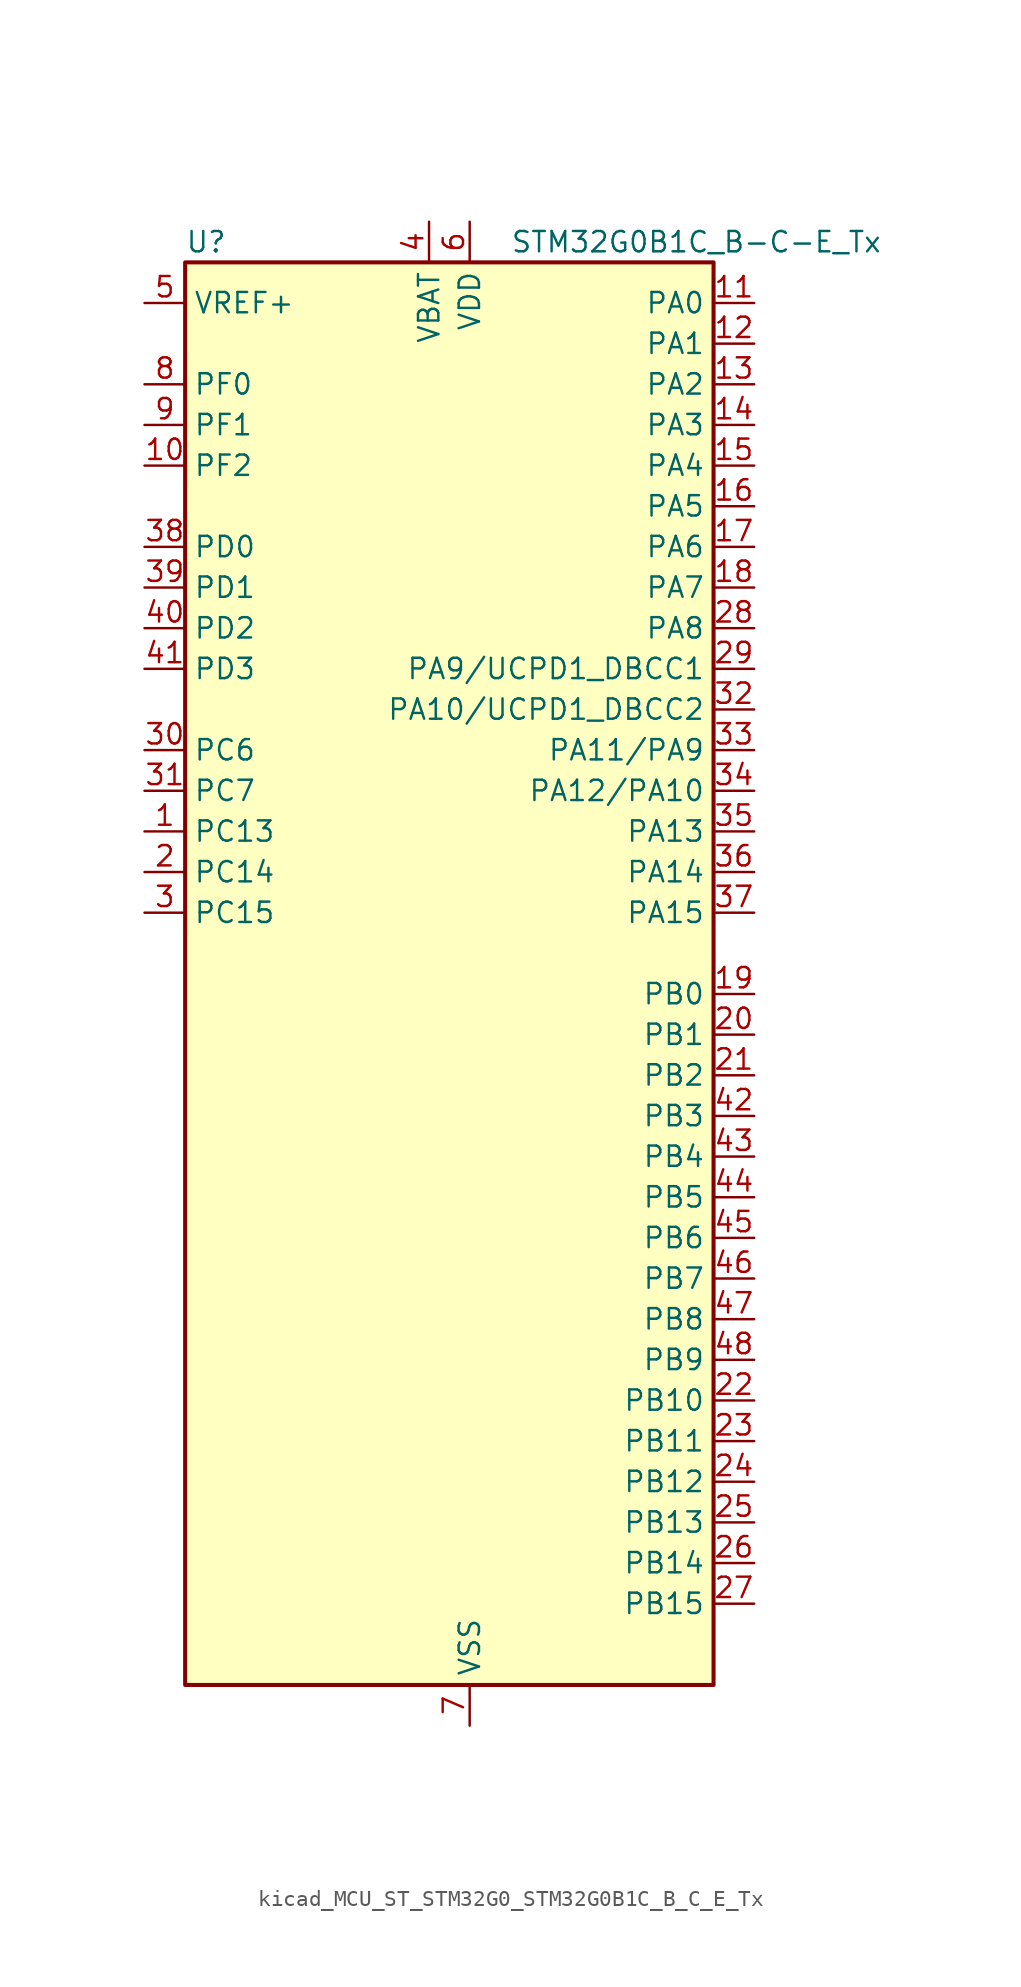
<source format=kicad_sym>
(kicad_symbol_lib
  (version 20220914)
  (generator kicad_symbol_editor)
  (symbol "kicad_MCU_ST_STM32G0_STM32G0B1C_B_C_E_Tx"
    (property "Reference" "U"
      (at -15.24 46.99 0)
      (effects (font (size 1.27 1.27)) (justify left)))
    (property "Value" "STM32G0B1C_B-C-E_Tx"
      (at 5.08 46.99 0)
      (effects (font (size 1.27 1.27)) (justify left)))
    (property "ki_locked" ""
      (at 0 0 0)
      (effects (font (size 1.27 1.27))))
    (symbol "kicad_MCU_ST_STM32G0_STM32G0B1C_B_C_E_Tx_0_1"
      (rectangle (start -15.24 -43.18) (end 17.78 45.72) (stroke (width 0.254) (type default)) (fill (type background))))
    (symbol "kicad_MCU_ST_STM32G0_STM32G0B1C_B_C_E_Tx_1_1"
      (pin bidirectional line (at -17.78 10.16 0) (length 2.54) (name "PC13" (effects (font (size 1.27 1.27)))) (number "1" (effects (font (size 1.27 1.27)))) (alternate "RTC_OUT1" bidirectional line) (alternate "RTC_TAMP_IN1" bidirectional line) (alternate "RTC_TS" bidirectional line) (alternate "SYS_WKUP2" bidirectional line) (alternate "TIM1_BK" bidirectional line))
      (pin bidirectional line (at -17.78 33.02 0) (length 2.54) (name "PF2" (effects (font (size 1.27 1.27)))) (number "10" (effects (font (size 1.27 1.27)))) (alternate "LPUART2_DE" bidirectional line) (alternate "LPUART2_RTS" bidirectional line) (alternate "LPUART2_TX" bidirectional line) (alternate "RCC_MCO" bidirectional line))
      (pin bidirectional line (at 20.32 43.18 180) (length 2.54) (name "PA0" (effects (font (size 1.27 1.27)))) (number "11" (effects (font (size 1.27 1.27)))) (alternate "ADC1_IN0" bidirectional line) (alternate "COMP1_INM" bidirectional line) (alternate "COMP1_OUT" bidirectional line) (alternate "I2S2_CK" bidirectional line) (alternate "LPTIM1_OUT" bidirectional line) (alternate "RTC_TAMP_IN2" bidirectional line) (alternate "SPI2_SCK" bidirectional line) (alternate "SYS_WKUP1" bidirectional line) (alternate "TIM2_CH1" bidirectional line) (alternate "TIM2_ETR" bidirectional line) (alternate "UCPD2_FRSTX1" bidirectional line) (alternate "UCPD2_FRSTX2" bidirectional line) (alternate "USART2_CTS" bidirectional line) (alternate "USART2_NSS" bidirectional line) (alternate "USART4_TX" bidirectional line))
      (pin bidirectional line (at 20.32 40.64 180) (length 2.54) (name "PA1" (effects (font (size 1.27 1.27)))) (number "12" (effects (font (size 1.27 1.27)))) (alternate "ADC1_IN1" bidirectional line) (alternate "COMP1_INP" bidirectional line) (alternate "I2C1_SMBA" bidirectional line) (alternate "I2S1_CK" bidirectional line) (alternate "SPI1_SCK" bidirectional line) (alternate "TIM15_CH1N" bidirectional line) (alternate "TIM2_CH2" bidirectional line) (alternate "USART2_CK" bidirectional line) (alternate "USART2_DE" bidirectional line) (alternate "USART2_RTS" bidirectional line) (alternate "USART4_RX" bidirectional line))
      (pin bidirectional line (at 20.32 38.1 180) (length 2.54) (name "PA2" (effects (font (size 1.27 1.27)))) (number "13" (effects (font (size 1.27 1.27)))) (alternate "ADC1_IN2" bidirectional line) (alternate "COMP2_INM" bidirectional line) (alternate "COMP2_OUT" bidirectional line) (alternate "I2S1_SD" bidirectional line) (alternate "LPUART1_TX" bidirectional line) (alternate "RCC_LSCO" bidirectional line) (alternate "SPI1_MOSI" bidirectional line) (alternate "SYS_WKUP4" bidirectional line) (alternate "TIM15_CH1" bidirectional line) (alternate "TIM2_CH3" bidirectional line) (alternate "UCPD1_FRSTX1" bidirectional line) (alternate "UCPD1_FRSTX2" bidirectional line) (alternate "USART2_TX" bidirectional line))
      (pin bidirectional line (at 20.32 35.56 180) (length 2.54) (name "PA3" (effects (font (size 1.27 1.27)))) (number "14" (effects (font (size 1.27 1.27)))) (alternate "ADC1_IN3" bidirectional line) (alternate "COMP2_INP" bidirectional line) (alternate "I2S2_MCK" bidirectional line) (alternate "LPUART1_RX" bidirectional line) (alternate "SPI2_MISO" bidirectional line) (alternate "TIM15_CH2" bidirectional line) (alternate "TIM2_CH4" bidirectional line) (alternate "UCPD2_FRSTX1" bidirectional line) (alternate "UCPD2_FRSTX2" bidirectional line) (alternate "USART2_RX" bidirectional line))
      (pin bidirectional line (at 20.32 33.02 180) (length 2.54) (name "PA4" (effects (font (size 1.27 1.27)))) (number "15" (effects (font (size 1.27 1.27)))) (alternate "ADC1_IN4" bidirectional line) (alternate "DAC1_OUT1" bidirectional line) (alternate "I2S1_WS" bidirectional line) (alternate "I2S2_SD" bidirectional line) (alternate "LPTIM2_OUT" bidirectional line) (alternate "RTC_OUT2" bidirectional line) (alternate "SPI1_NSS" bidirectional line) (alternate "SPI2_MOSI" bidirectional line) (alternate "SPI3_NSS" bidirectional line) (alternate "TIM14_CH1" bidirectional line) (alternate "UCPD2_FRSTX1" bidirectional line) (alternate "UCPD2_FRSTX2" bidirectional line) (alternate "USART6_TX" bidirectional line) (alternate "USB_NOE" bidirectional line))
      (pin bidirectional line (at 20.32 30.48 180) (length 2.54) (name "PA5" (effects (font (size 1.27 1.27)))) (number "16" (effects (font (size 1.27 1.27)))) (alternate "ADC1_IN5" bidirectional line) (alternate "CEC" bidirectional line) (alternate "DAC1_OUT2" bidirectional line) (alternate "I2S1_CK" bidirectional line) (alternate "LPTIM2_ETR" bidirectional line) (alternate "SPI1_SCK" bidirectional line) (alternate "TIM2_CH1" bidirectional line) (alternate "TIM2_ETR" bidirectional line) (alternate "UCPD1_FRSTX1" bidirectional line) (alternate "UCPD1_FRSTX2" bidirectional line) (alternate "USART3_TX" bidirectional line) (alternate "USART6_RX" bidirectional line))
      (pin bidirectional line (at 20.32 27.94 180) (length 2.54) (name "PA6" (effects (font (size 1.27 1.27)))) (number "17" (effects (font (size 1.27 1.27)))) (alternate "ADC1_IN6" bidirectional line) (alternate "COMP1_OUT" bidirectional line) (alternate "I2C2_SDA" bidirectional line) (alternate "I2C3_SDA" bidirectional line) (alternate "I2S1_MCK" bidirectional line) (alternate "LPUART1_CTS" bidirectional line) (alternate "SPI1_MISO" bidirectional line) (alternate "TIM16_CH1" bidirectional line) (alternate "TIM1_BK" bidirectional line) (alternate "TIM3_CH1" bidirectional line) (alternate "USART3_CTS" bidirectional line) (alternate "USART3_NSS" bidirectional line) (alternate "USART6_CTS" bidirectional line) (alternate "USART6_NSS" bidirectional line))
      (pin bidirectional line (at 20.32 25.4 180) (length 2.54) (name "PA7" (effects (font (size 1.27 1.27)))) (number "18" (effects (font (size 1.27 1.27)))) (alternate "ADC1_IN7" bidirectional line) (alternate "COMP2_OUT" bidirectional line) (alternate "I2C2_SCL" bidirectional line) (alternate "I2C3_SCL" bidirectional line) (alternate "I2S1_SD" bidirectional line) (alternate "SPI1_MOSI" bidirectional line) (alternate "TIM14_CH1" bidirectional line) (alternate "TIM17_CH1" bidirectional line) (alternate "TIM1_CH1N" bidirectional line) (alternate "TIM3_CH2" bidirectional line) (alternate "UCPD1_FRSTX1" bidirectional line) (alternate "UCPD1_FRSTX2" bidirectional line) (alternate "USART6_CK" bidirectional line) (alternate "USART6_DE" bidirectional line) (alternate "USART6_RTS" bidirectional line))
      (pin bidirectional line (at 20.32 0 180) (length 2.54) (name "PB0" (effects (font (size 1.27 1.27)))) (number "19" (effects (font (size 1.27 1.27)))) (alternate "ADC1_IN8" bidirectional line) (alternate "COMP1_OUT" bidirectional line) (alternate "COMP3_INP" bidirectional line) (alternate "FDCAN2_RX" bidirectional line) (alternate "I2S1_WS" bidirectional line) (alternate "LPTIM1_OUT" bidirectional line) (alternate "LPUART2_CTS" bidirectional line) (alternate "SPI1_NSS" bidirectional line) (alternate "TIM1_CH2N" bidirectional line) (alternate "TIM3_CH3" bidirectional line) (alternate "UCPD1_FRSTX1" bidirectional line) (alternate "UCPD1_FRSTX2" bidirectional line) (alternate "USART3_RX" bidirectional line) (alternate "USART5_TX" bidirectional line))
      (pin bidirectional line (at -17.78 7.62 0) (length 2.54) (name "PC14" (effects (font (size 1.27 1.27)))) (number "2" (effects (font (size 1.27 1.27)))) (alternate "RCC_OSC32_IN" bidirectional line) (alternate "TIM1_BK2" bidirectional line))
      (pin bidirectional line (at 20.32 -2.54 180) (length 2.54) (name "PB1" (effects (font (size 1.27 1.27)))) (number "20" (effects (font (size 1.27 1.27)))) (alternate "ADC1_IN9" bidirectional line) (alternate "COMP1_INM" bidirectional line) (alternate "COMP3_OUT" bidirectional line) (alternate "FDCAN2_TX" bidirectional line) (alternate "LPTIM2_IN1" bidirectional line) (alternate "LPUART1_DE" bidirectional line) (alternate "LPUART1_RTS" bidirectional line) (alternate "LPUART2_DE" bidirectional line) (alternate "LPUART2_RTS" bidirectional line) (alternate "TIM14_CH1" bidirectional line) (alternate "TIM1_CH3N" bidirectional line) (alternate "TIM3_CH4" bidirectional line) (alternate "USART3_CK" bidirectional line) (alternate "USART3_DE" bidirectional line) (alternate "USART3_RTS" bidirectional line) (alternate "USART5_RX" bidirectional line))
      (pin bidirectional line (at 20.32 -5.08 180) (length 2.54) (name "PB2" (effects (font (size 1.27 1.27)))) (number "21" (effects (font (size 1.27 1.27)))) (alternate "ADC1_IN10" bidirectional line) (alternate "COMP1_INP" bidirectional line) (alternate "COMP3_INM" bidirectional line) (alternate "I2S2_MCK" bidirectional line) (alternate "LPTIM1_OUT" bidirectional line) (alternate "RCC_MCO_2" bidirectional line) (alternate "SPI2_MISO" bidirectional line) (alternate "USART3_TX" bidirectional line))
      (pin bidirectional line (at 20.32 -25.4 180) (length 2.54) (name "PB10" (effects (font (size 1.27 1.27)))) (number "22" (effects (font (size 1.27 1.27)))) (alternate "ADC1_IN11" bidirectional line) (alternate "CEC" bidirectional line) (alternate "COMP1_OUT" bidirectional line) (alternate "I2C2_SCL" bidirectional line) (alternate "I2S2_CK" bidirectional line) (alternate "LPUART1_RX" bidirectional line) (alternate "SPI2_SCK" bidirectional line) (alternate "TIM2_CH3" bidirectional line) (alternate "USART3_TX" bidirectional line))
      (pin bidirectional line (at 20.32 -27.94 180) (length 2.54) (name "PB11" (effects (font (size 1.27 1.27)))) (number "23" (effects (font (size 1.27 1.27)))) (alternate "ADC1_EXTI11" bidirectional line) (alternate "ADC1_IN15" bidirectional line) (alternate "COMP2_OUT" bidirectional line) (alternate "I2C2_SDA" bidirectional line) (alternate "I2S2_SD" bidirectional line) (alternate "LPUART1_TX" bidirectional line) (alternate "SPI2_MOSI" bidirectional line) (alternate "TIM2_CH4" bidirectional line) (alternate "USART3_RX" bidirectional line))
      (pin bidirectional line (at 20.32 -30.48 180) (length 2.54) (name "PB12" (effects (font (size 1.27 1.27)))) (number "24" (effects (font (size 1.27 1.27)))) (alternate "ADC1_IN16" bidirectional line) (alternate "FDCAN2_RX" bidirectional line) (alternate "I2C2_SMBA" bidirectional line) (alternate "I2S2_WS" bidirectional line) (alternate "LPUART1_DE" bidirectional line) (alternate "LPUART1_RTS" bidirectional line) (alternate "SPI2_NSS" bidirectional line) (alternate "TIM15_BK" bidirectional line) (alternate "TIM1_BK" bidirectional line) (alternate "UCPD2_FRSTX1" bidirectional line) (alternate "UCPD2_FRSTX2" bidirectional line))
      (pin bidirectional line (at 20.32 -33.02 180) (length 2.54) (name "PB13" (effects (font (size 1.27 1.27)))) (number "25" (effects (font (size 1.27 1.27)))) (alternate "FDCAN2_TX" bidirectional line) (alternate "I2C2_SCL" bidirectional line) (alternate "I2S2_CK" bidirectional line) (alternate "LPUART1_CTS" bidirectional line) (alternate "SPI2_SCK" bidirectional line) (alternate "TIM15_CH1N" bidirectional line) (alternate "TIM1_CH1N" bidirectional line) (alternate "USART3_CTS" bidirectional line) (alternate "USART3_NSS" bidirectional line))
      (pin bidirectional line (at 20.32 -35.56 180) (length 2.54) (name "PB14" (effects (font (size 1.27 1.27)))) (number "26" (effects (font (size 1.27 1.27)))) (alternate "I2C2_SDA" bidirectional line) (alternate "I2S2_MCK" bidirectional line) (alternate "SPI2_MISO" bidirectional line) (alternate "TIM15_CH1" bidirectional line) (alternate "TIM1_CH2N" bidirectional line) (alternate "UCPD1_FRSTX1" bidirectional line) (alternate "UCPD1_FRSTX2" bidirectional line) (alternate "USART3_CK" bidirectional line) (alternate "USART3_DE" bidirectional line) (alternate "USART3_RTS" bidirectional line) (alternate "USART6_CK" bidirectional line) (alternate "USART6_DE" bidirectional line) (alternate "USART6_RTS" bidirectional line))
      (pin bidirectional line (at 20.32 -38.1 180) (length 2.54) (name "PB15" (effects (font (size 1.27 1.27)))) (number "27" (effects (font (size 1.27 1.27)))) (alternate "I2S2_SD" bidirectional line) (alternate "RTC_REFIN" bidirectional line) (alternate "SPI2_MOSI" bidirectional line) (alternate "TIM15_CH1N" bidirectional line) (alternate "TIM15_CH2" bidirectional line) (alternate "TIM1_CH3N" bidirectional line) (alternate "UCPD1_CC2" bidirectional line) (alternate "USART6_CTS" bidirectional line) (alternate "USART6_NSS" bidirectional line))
      (pin bidirectional line (at 20.32 22.86 180) (length 2.54) (name "PA8" (effects (font (size 1.27 1.27)))) (number "28" (effects (font (size 1.27 1.27)))) (alternate "CRS1_SYNC" bidirectional line) (alternate "I2C2_SMBA" bidirectional line) (alternate "I2S2_WS" bidirectional line) (alternate "LPTIM2_OUT" bidirectional line) (alternate "RCC_MCO" bidirectional line) (alternate "SPI2_NSS" bidirectional line) (alternate "TIM1_CH1" bidirectional line) (alternate "UCPD1_CC1" bidirectional line))
      (pin bidirectional line (at 20.32 20.32 180) (length 2.54) (name "PA9/UCPD1_DBCC1" (effects (font (size 1.27 1.27)))) (number "29" (effects (font (size 1.27 1.27)))) (alternate "DAC1_EXTI9" bidirectional line) (alternate "I2C1_SCL" bidirectional line) (alternate "I2C2_SCL" bidirectional line) (alternate "I2S2_MCK" bidirectional line) (alternate "RCC_MCO" bidirectional line) (alternate "SPI2_MISO" bidirectional line) (alternate "TIM15_BK" bidirectional line) (alternate "TIM1_CH2" bidirectional line) (alternate "UCPD1_DBCC1" bidirectional line) (alternate "USART1_TX" bidirectional line))
      (pin bidirectional line (at -17.78 5.08 0) (length 2.54) (name "PC15" (effects (font (size 1.27 1.27)))) (number "3" (effects (font (size 1.27 1.27)))) (alternate "RCC_OSC32_EN" bidirectional line) (alternate "RCC_OSC32_OUT" bidirectional line) (alternate "RCC_OSC_EN" bidirectional line) (alternate "TIM15_BK" bidirectional line))
      (pin bidirectional line (at -17.78 15.24 0) (length 2.54) (name "PC6" (effects (font (size 1.27 1.27)))) (number "30" (effects (font (size 1.27 1.27)))) (alternate "LPUART2_TX" bidirectional line) (alternate "TIM2_CH3" bidirectional line) (alternate "TIM3_CH1" bidirectional line) (alternate "UCPD1_FRSTX1" bidirectional line) (alternate "UCPD1_FRSTX2" bidirectional line))
      (pin bidirectional line (at -17.78 12.7 0) (length 2.54) (name "PC7" (effects (font (size 1.27 1.27)))) (number "31" (effects (font (size 1.27 1.27)))) (alternate "LPUART2_RX" bidirectional line) (alternate "TIM2_CH4" bidirectional line) (alternate "TIM3_CH2" bidirectional line) (alternate "UCPD2_FRSTX1" bidirectional line) (alternate "UCPD2_FRSTX2" bidirectional line))
      (pin bidirectional line (at 20.32 17.78 180) (length 2.54) (name "PA10/UCPD1_DBCC2" (effects (font (size 1.27 1.27)))) (number "32" (effects (font (size 1.27 1.27)))) (alternate "I2C1_SDA" bidirectional line) (alternate "I2C2_SDA" bidirectional line) (alternate "I2S2_SD" bidirectional line) (alternate "RCC_MCO_2" bidirectional line) (alternate "SPI2_MOSI" bidirectional line) (alternate "TIM17_BK" bidirectional line) (alternate "TIM1_CH3" bidirectional line) (alternate "UCPD1_DBCC2" bidirectional line) (alternate "USART1_RX" bidirectional line))
      (pin bidirectional line (at 20.32 15.24 180) (length 2.54) (name "PA11/PA9" (effects (font (size 1.27 1.27)))) (number "33" (effects (font (size 1.27 1.27)))) (alternate "ADC1_EXTI11" bidirectional line) (alternate "COMP1_OUT" bidirectional line) (alternate "FDCAN1_RX" bidirectional line) (alternate "I2C2_SCL" bidirectional line) (alternate "I2S1_MCK" bidirectional line) (alternate "SPI1_MISO" bidirectional line) (alternate "TIM1_BK2" bidirectional line) (alternate "TIM1_CH4" bidirectional line) (alternate "USART1_CTS" bidirectional line) (alternate "USART1_NSS" bidirectional line) (alternate "USB_DM" bidirectional line))
      (pin bidirectional line (at 20.32 12.7 180) (length 2.54) (name "PA12/PA10" (effects (font (size 1.27 1.27)))) (number "34" (effects (font (size 1.27 1.27)))) (alternate "COMP2_OUT" bidirectional line) (alternate "FDCAN1_TX" bidirectional line) (alternate "I2C2_SDA" bidirectional line) (alternate "I2S1_SD" bidirectional line) (alternate "I2S_CKIN" bidirectional line) (alternate "SPI1_MOSI" bidirectional line) (alternate "TIM1_ETR" bidirectional line) (alternate "USART1_CK" bidirectional line) (alternate "USART1_DE" bidirectional line) (alternate "USART1_RTS" bidirectional line) (alternate "USB_DP" bidirectional line))
      (pin bidirectional line (at 20.32 10.16 180) (length 2.54) (name "PA13" (effects (font (size 1.27 1.27)))) (number "35" (effects (font (size 1.27 1.27)))) (alternate "IR_OUT" bidirectional line) (alternate "LPUART2_RX" bidirectional line) (alternate "SYS_SWDIO" bidirectional line) (alternate "USB_NOE" bidirectional line))
      (pin bidirectional line (at 20.32 7.62 180) (length 2.54) (name "PA14" (effects (font (size 1.27 1.27)))) (number "36" (effects (font (size 1.27 1.27)))) (alternate "LPUART2_TX" bidirectional line) (alternate "SYS_SWCLK" bidirectional line) (alternate "USART2_TX" bidirectional line))
      (pin bidirectional line (at 20.32 5.08 180) (length 2.54) (name "PA15" (effects (font (size 1.27 1.27)))) (number "37" (effects (font (size 1.27 1.27)))) (alternate "I2C2_SMBA" bidirectional line) (alternate "I2S1_WS" bidirectional line) (alternate "RCC_MCO_2" bidirectional line) (alternate "SPI1_NSS" bidirectional line) (alternate "SPI3_NSS" bidirectional line) (alternate "TIM2_CH1" bidirectional line) (alternate "TIM2_ETR" bidirectional line) (alternate "USART2_RX" bidirectional line) (alternate "USART3_CK" bidirectional line) (alternate "USART3_DE" bidirectional line) (alternate "USART3_RTS" bidirectional line) (alternate "USART4_CK" bidirectional line) (alternate "USART4_DE" bidirectional line) (alternate "USART4_RTS" bidirectional line) (alternate "USB_NOE" bidirectional line))
      (pin bidirectional line (at -17.78 27.94 0) (length 2.54) (name "PD0" (effects (font (size 1.27 1.27)))) (number "38" (effects (font (size 1.27 1.27)))) (alternate "FDCAN1_RX" bidirectional line) (alternate "I2S2_WS" bidirectional line) (alternate "SPI2_NSS" bidirectional line) (alternate "TIM16_CH1" bidirectional line) (alternate "UCPD2_CC1" bidirectional line))
      (pin bidirectional line (at -17.78 25.4 0) (length 2.54) (name "PD1" (effects (font (size 1.27 1.27)))) (number "39" (effects (font (size 1.27 1.27)))) (alternate "FDCAN1_TX" bidirectional line) (alternate "I2S2_CK" bidirectional line) (alternate "SPI2_SCK" bidirectional line) (alternate "TIM17_CH1" bidirectional line) (alternate "UCPD2_DBCC1" bidirectional line))
      (pin power_in line (at 0 48.26 270) (length 2.54) (name "VBAT" (effects (font (size 1.27 1.27)))) (number "4" (effects (font (size 1.27 1.27)))))
      (pin bidirectional line (at -17.78 22.86 0) (length 2.54) (name "PD2" (effects (font (size 1.27 1.27)))) (number "40" (effects (font (size 1.27 1.27)))) (alternate "TIM1_CH1N" bidirectional line) (alternate "TIM3_ETR" bidirectional line) (alternate "UCPD2_CC2" bidirectional line) (alternate "USART3_CK" bidirectional line) (alternate "USART3_DE" bidirectional line) (alternate "USART3_RTS" bidirectional line) (alternate "USART5_RX" bidirectional line))
      (pin bidirectional line (at -17.78 20.32 0) (length 2.54) (name "PD3" (effects (font (size 1.27 1.27)))) (number "41" (effects (font (size 1.27 1.27)))) (alternate "I2S2_MCK" bidirectional line) (alternate "SPI2_MISO" bidirectional line) (alternate "TIM1_CH2N" bidirectional line) (alternate "UCPD2_DBCC2" bidirectional line) (alternate "USART2_CTS" bidirectional line) (alternate "USART2_NSS" bidirectional line) (alternate "USART5_TX" bidirectional line))
      (pin bidirectional line (at 20.32 -7.62 180) (length 2.54) (name "PB3" (effects (font (size 1.27 1.27)))) (number "42" (effects (font (size 1.27 1.27)))) (alternate "COMP2_INM" bidirectional line) (alternate "I2C2_SCL" bidirectional line) (alternate "I2C3_SCL" bidirectional line) (alternate "I2S1_CK" bidirectional line) (alternate "SPI1_SCK" bidirectional line) (alternate "SPI3_SCK" bidirectional line) (alternate "TIM1_CH2" bidirectional line) (alternate "TIM2_CH2" bidirectional line) (alternate "USART1_CK" bidirectional line) (alternate "USART1_DE" bidirectional line) (alternate "USART1_RTS" bidirectional line) (alternate "USART5_TX" bidirectional line))
      (pin bidirectional line (at 20.32 -10.16 180) (length 2.54) (name "PB4" (effects (font (size 1.27 1.27)))) (number "43" (effects (font (size 1.27 1.27)))) (alternate "COMP2_INP" bidirectional line) (alternate "I2C2_SDA" bidirectional line) (alternate "I2C3_SDA" bidirectional line) (alternate "I2S1_MCK" bidirectional line) (alternate "SPI1_MISO" bidirectional line) (alternate "SPI3_MISO" bidirectional line) (alternate "TIM17_BK" bidirectional line) (alternate "TIM3_CH1" bidirectional line) (alternate "USART1_CTS" bidirectional line) (alternate "USART1_NSS" bidirectional line) (alternate "USART5_RX" bidirectional line))
      (pin bidirectional line (at 20.32 -12.7 180) (length 2.54) (name "PB5" (effects (font (size 1.27 1.27)))) (number "44" (effects (font (size 1.27 1.27)))) (alternate "COMP2_OUT" bidirectional line) (alternate "FDCAN2_RX" bidirectional line) (alternate "I2C1_SMBA" bidirectional line) (alternate "I2S1_SD" bidirectional line) (alternate "LPTIM1_IN1" bidirectional line) (alternate "SPI1_MOSI" bidirectional line) (alternate "SPI3_MOSI" bidirectional line) (alternate "SYS_WKUP6" bidirectional line) (alternate "TIM16_BK" bidirectional line) (alternate "TIM3_CH2" bidirectional line) (alternate "USART5_CK" bidirectional line) (alternate "USART5_DE" bidirectional line) (alternate "USART5_RTS" bidirectional line))
      (pin bidirectional line (at 20.32 -15.24 180) (length 2.54) (name "PB6" (effects (font (size 1.27 1.27)))) (number "45" (effects (font (size 1.27 1.27)))) (alternate "COMP2_INP" bidirectional line) (alternate "FDCAN2_TX" bidirectional line) (alternate "I2C1_SCL" bidirectional line) (alternate "I2S2_MCK" bidirectional line) (alternate "LPTIM1_ETR" bidirectional line) (alternate "LPUART2_TX" bidirectional line) (alternate "SPI2_MISO" bidirectional line) (alternate "TIM16_CH1N" bidirectional line) (alternate "TIM1_CH3" bidirectional line) (alternate "TIM4_CH1" bidirectional line) (alternate "USART1_TX" bidirectional line) (alternate "USART5_CTS" bidirectional line) (alternate "USART5_NSS" bidirectional line))
      (pin bidirectional line (at 20.32 -17.78 180) (length 2.54) (name "PB7" (effects (font (size 1.27 1.27)))) (number "46" (effects (font (size 1.27 1.27)))) (alternate "COMP2_INM" bidirectional line) (alternate "I2C1_SDA" bidirectional line) (alternate "I2S2_SD" bidirectional line) (alternate "LPTIM1_IN2" bidirectional line) (alternate "LPUART2_RX" bidirectional line) (alternate "SPI2_MOSI" bidirectional line) (alternate "SYS_PVD_IN" bidirectional line) (alternate "TIM17_CH1N" bidirectional line) (alternate "TIM4_CH2" bidirectional line) (alternate "USART1_RX" bidirectional line) (alternate "USART4_CTS" bidirectional line) (alternate "USART4_NSS" bidirectional line))
      (pin bidirectional line (at 20.32 -20.32 180) (length 2.54) (name "PB8" (effects (font (size 1.27 1.27)))) (number "47" (effects (font (size 1.27 1.27)))) (alternate "CEC" bidirectional line) (alternate "FDCAN1_RX" bidirectional line) (alternate "I2C1_SCL" bidirectional line) (alternate "I2S2_CK" bidirectional line) (alternate "SPI2_SCK" bidirectional line) (alternate "TIM15_BK" bidirectional line) (alternate "TIM16_CH1" bidirectional line) (alternate "TIM4_CH3" bidirectional line) (alternate "USART3_TX" bidirectional line) (alternate "USART6_TX" bidirectional line))
      (pin bidirectional line (at 20.32 -22.86 180) (length 2.54) (name "PB9" (effects (font (size 1.27 1.27)))) (number "48" (effects (font (size 1.27 1.27)))) (alternate "DAC1_EXTI9" bidirectional line) (alternate "FDCAN1_TX" bidirectional line) (alternate "I2C1_SDA" bidirectional line) (alternate "I2S2_WS" bidirectional line) (alternate "IR_OUT" bidirectional line) (alternate "SPI2_NSS" bidirectional line) (alternate "TIM17_CH1" bidirectional line) (alternate "TIM4_CH4" bidirectional line) (alternate "UCPD2_FRSTX1" bidirectional line) (alternate "UCPD2_FRSTX2" bidirectional line) (alternate "USART3_RX" bidirectional line) (alternate "USART6_RX" bidirectional line))
      (pin input line (at -17.78 43.18 0) (length 2.54) (name "VREF+" (effects (font (size 1.27 1.27)))) (number "5" (effects (font (size 1.27 1.27)))) (alternate "VREFBUF_OUT" bidirectional line))
      (pin power_in line (at 2.54 48.26 270) (length 2.54) (name "VDD" (effects (font (size 1.27 1.27)))) (number "6" (effects (font (size 1.27 1.27)))))
      (pin power_in line (at 2.54 -45.72 90) (length 2.54) (name "VSS" (effects (font (size 1.27 1.27)))) (number "7" (effects (font (size 1.27 1.27)))))
      (pin bidirectional line (at -17.78 38.1 0) (length 2.54) (name "PF0" (effects (font (size 1.27 1.27)))) (number "8" (effects (font (size 1.27 1.27)))) (alternate "CRS1_SYNC" bidirectional line) (alternate "RCC_OSC_IN" bidirectional line) (alternate "TIM14_CH1" bidirectional line))
      (pin bidirectional line (at -17.78 35.56 0) (length 2.54) (name "PF1" (effects (font (size 1.27 1.27)))) (number "9" (effects (font (size 1.27 1.27)))) (alternate "RCC_OSC_EN" bidirectional line) (alternate "RCC_OSC_OUT" bidirectional line) (alternate "TIM15_CH1N" bidirectional line)))))
</source>
